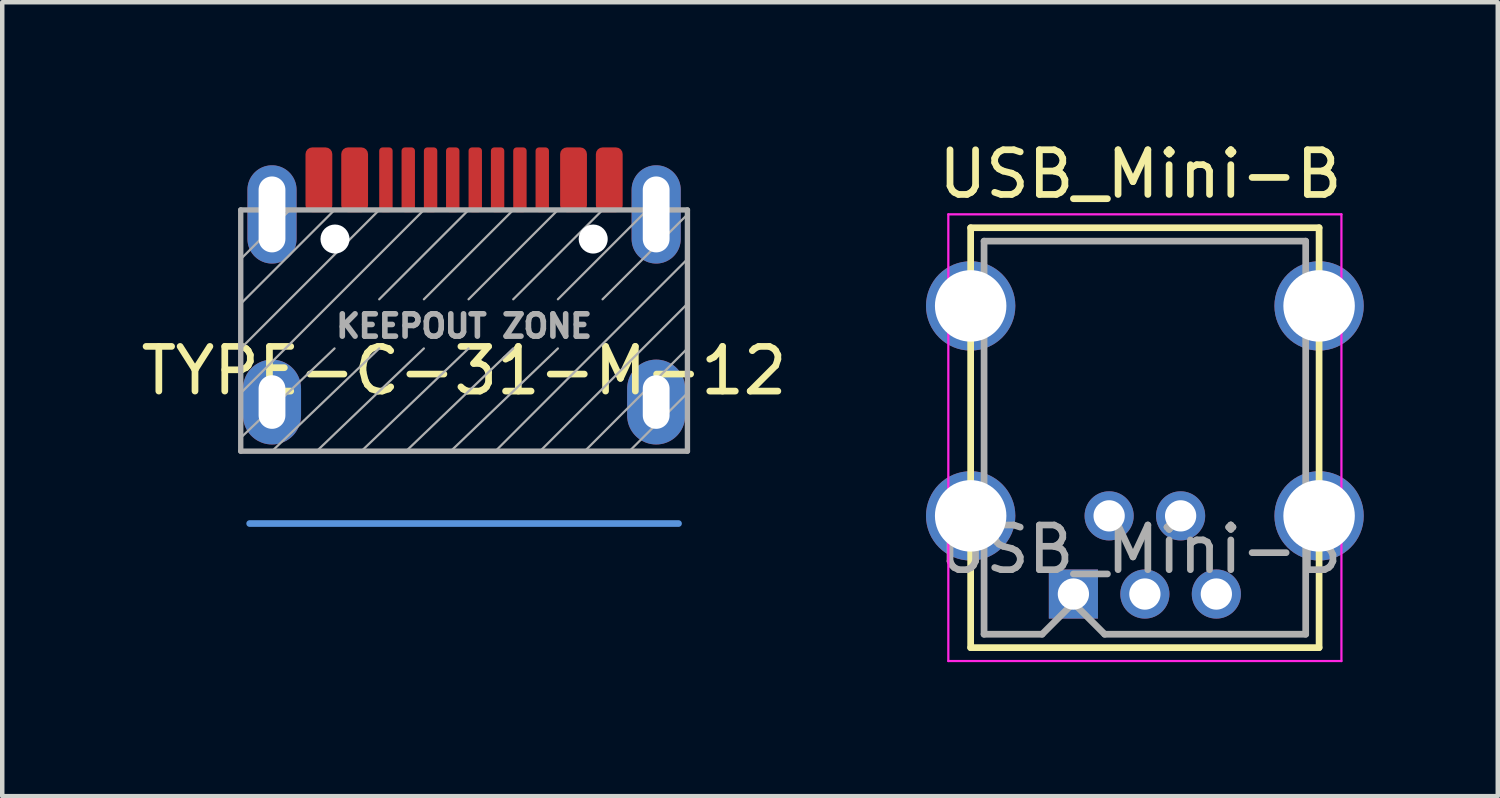
<source format=kicad_pcb>
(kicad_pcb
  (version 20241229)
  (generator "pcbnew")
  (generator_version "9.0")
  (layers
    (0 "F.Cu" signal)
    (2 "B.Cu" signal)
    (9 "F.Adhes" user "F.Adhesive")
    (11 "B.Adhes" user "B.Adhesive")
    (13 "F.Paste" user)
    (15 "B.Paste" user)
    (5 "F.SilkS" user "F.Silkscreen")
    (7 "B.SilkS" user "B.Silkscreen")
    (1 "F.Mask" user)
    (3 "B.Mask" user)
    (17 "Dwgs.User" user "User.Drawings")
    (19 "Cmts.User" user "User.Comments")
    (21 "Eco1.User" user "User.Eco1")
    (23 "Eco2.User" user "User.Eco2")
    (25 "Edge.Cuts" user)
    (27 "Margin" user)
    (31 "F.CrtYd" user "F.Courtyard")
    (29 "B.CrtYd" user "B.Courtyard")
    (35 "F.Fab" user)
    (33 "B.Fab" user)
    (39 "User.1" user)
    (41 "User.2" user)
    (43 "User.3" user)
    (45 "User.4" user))
  (footprint "TYPE-C-31-M-12"
    (layer "F.Cu")
    (at 7.339 0.25)
    (property "Reference" "TYPE-C-31-M-12" (at 0 5 180) (layer "F.SilkS") (effects (font (size 1 1) (thickness 0.15))))
    (attr through_hole)
    (fp_line (start 4.8 8.42) (end -4.8 8.42) (stroke (width 0.15) (type solid)) (layer "Cmts.User"))
    (fp_line (start -5 1.4) (end -5 6.8) (stroke (width 0.12) (type solid)) (layer "F.Fab"))
    (fp_line (start -5 2.5) (end -3.9 1.4) (stroke (width 0.05) (type solid)) (layer "F.Fab"))
    (fp_line (start -5 3.5) (end -2.9 1.4) (stroke (width 0.05) (type solid)) (layer "F.Fab"))
    (fp_line (start -5 4.5) (end -1.9 1.4) (stroke (width 0.05) (type solid)) (layer "F.Fab"))
    (fp_line (start -5 5.5) (end -0.9 1.4) (stroke (width 0.05) (type solid)) (layer "F.Fab"))
    (fp_line (start -5 6.5) (end -2.9 4.5) (stroke (width 0.05) (type solid)) (layer "F.Fab"))
    (fp_line (start -5 6.8) (end 5 6.8) (stroke (width 0.12) (type solid)) (layer "F.Fab"))
    (fp_line (start -4.3 6.8) (end -1.9 4.5) (stroke (width 0.05) (type solid)) (layer "F.Fab"))
    (fp_line (start -3.3 6.8) (end -0.9 4.5) (stroke (width 0.05) (type solid)) (layer "F.Fab"))
    (fp_line (start -2.3 6.8) (end 0.1 4.5) (stroke (width 0.05) (type solid)) (layer "F.Fab"))
    (fp_line (start -1.9 3.4) (end 0.1 1.4) (stroke (width 0.05) (type solid)) (layer "F.Fab"))
    (fp_line (start -1.3 6.8) (end 1.1 4.5) (stroke (width 0.05) (type solid)) (layer "F.Fab"))
    (fp_line (start -0.9 3.4) (end 1.1 1.4) (stroke (width 0.05) (type solid)) (layer "F.Fab"))
    (fp_line (start -0.3 6.8) (end 2.1 4.5) (stroke (width 0.05) (type solid)) (layer "F.Fab"))
    (fp_line (start 0.1 3.4) (end 2.1 1.4) (stroke (width 0.05) (type solid)) (layer "F.Fab"))
    (fp_line (start 0.7 6.8) (end 5 2.5) (stroke (width 0.05) (type solid)) (layer "F.Fab"))
    (fp_line (start 1.1 3.4) (end 3.1 1.4) (stroke (width 0.05) (type solid)) (layer "F.Fab"))
    (fp_line (start 1.7 6.8) (end 5 3.5) (stroke (width 0.05) (type solid)) (layer "F.Fab"))
    (fp_line (start 2.1 3.4) (end 4.1 1.4) (stroke (width 0.05) (type solid)) (layer "F.Fab"))
    (fp_line (start 2.7 6.8) (end 5 4.5) (stroke (width 0.05) (type solid)) (layer "F.Fab"))
    (fp_line (start 3.1 3.4) (end 5 1.5) (stroke (width 0.05) (type solid)) (layer "F.Fab"))
    (fp_line (start 3.7 6.8) (end 5 5.5) (stroke (width 0.05) (type solid)) (layer "F.Fab"))
    (fp_line (start 5 1.4) (end -5 1.4) (stroke (width 0.12) (type solid)) (layer "F.Fab"))
    (fp_line (start 5 6.8) (end 5 1.4) (stroke (width 0.12) (type solid)) (layer "F.Fab"))
    (fp_text user "KEEPOUT ZONE" (at 0 4 180) (layer "F.Fab") (effects (font (size 0.5 0.5) (thickness 0.125))))
    (pad "" np_thru_hole circle (at -2.89 2.051) (size 0.65 0.65) (drill 0.65) (layers "*.Cu" "*.Mask"))
    (pad "" np_thru_hole circle (at 2.89 2.051) (size 0.65 0.65) (drill 0.65) (layers "*.Cu" "*.Mask"))
    (pad "A1" smd roundrect (at -3.25 1.275) (size 0.6 1.45) (drill (offset 0 -0.55)) (layers "F.Cu" "F.Mask" "F.Paste") (roundrect_rratio 0.25))
    (pad "A4" smd roundrect (at -2.45 1.275) (size 0.6 1.45) (drill (offset 0 -0.55)) (layers "F.Cu" "F.Mask" "F.Paste") (roundrect_rratio 0.25))
    (pad "A5" smd roundrect (at -1.25 1.275) (size 0.3 1.45) (drill (offset 0 -0.55)) (layers "F.Cu" "F.Mask" "F.Paste") (roundrect_rratio 0.25))
    (pad "A6" smd roundrect (at -0.254 1.275) (size 0.3 1.45) (drill (offset 0 -0.55)) (layers "F.Cu" "F.Mask" "F.Paste") (roundrect_rratio 0.25))
    (pad "A7" smd roundrect (at 0.25 1.275) (size 0.3 1.45) (drill (offset 0 -0.55)) (layers "F.Cu" "F.Mask" "F.Paste") (roundrect_rratio 0.25))
    (pad "A8" smd roundrect (at 1.25 1.275) (size 0.3 1.45) (drill (offset 0 -0.55)) (layers "F.Cu" "F.Mask" "F.Paste") (roundrect_rratio 0.25))
    (pad "B1" smd roundrect (at 3.25 1.275) (size 0.6 1.45) (drill (offset 0 -0.55)) (layers "F.Cu" "F.Mask" "F.Paste") (roundrect_rratio 0.25))
    (pad "B4" smd roundrect (at 2.45 1.275) (size 0.6 1.45) (drill (offset 0 -0.55)) (layers "F.Cu" "F.Mask" "F.Paste") (roundrect_rratio 0.25))
    (pad "B5" smd roundrect (at 1.75 1.275) (size 0.3 1.45) (drill (offset 0 -0.55)) (layers "F.Cu" "F.Mask" "F.Paste") (roundrect_rratio 0.25))
    (pad "B6" smd roundrect (at 0.75 1.275) (size 0.3 1.45) (drill (offset 0 -0.55)) (layers "F.Cu" "F.Mask" "F.Paste") (roundrect_rratio 0.25))
    (pad "B7" smd roundrect (at -0.75 1.275) (size 0.3 1.45) (drill (offset 0 -0.55)) (layers "F.Cu" "F.Mask" "F.Paste") (roundrect_rratio 0.25))
    (pad "B8" smd roundrect (at -1.75 1.275) (size 0.3 1.45) (drill (offset 0 -0.55)) (layers "F.Cu" "F.Mask" "F.Paste") (roundrect_rratio 0.25))
    (pad "S1" thru_hole oval (at -4.3 1.5) (size 1.1 2.2) (drill oval 0.6 1.7) (layers "*.Cu" "*.Mask"))
    (pad "S1" thru_hole oval (at -4.3 5.7) (size 1.3 1.9) (drill oval 0.6 1.2) (layers "*.Cu" "*.Mask"))
    (pad "S1" thru_hole oval (at 4.3 1.5) (size 1.1 2.2) (drill oval 0.6 1.7) (layers "*.Cu" "*.Mask"))
    (pad "S1" thru_hole oval (at 4.3 5.7) (size 1.3 1.9) (drill oval 0.6 1.2) (layers "*.Cu" "*.Mask")))
  (footprint "USB_Mini-B"
    (layer "F.Cu")
    (at 20.979 10.248)
    (property "Reference" "USB_Mini-B" (at 1.5 -9.4 0) (layer "F.SilkS") (effects (font (size 1 1) (thickness 0.15))))
    (attr through_hole)
    (fp_line (start -2.3 -8.2) (end -2.3 1.2) (stroke (width 0.15) (type solid)) (layer "F.SilkS"))
    (fp_line (start -2.3 -8.2) (end 5.5 -8.2) (stroke (width 0.15) (type solid)) (layer "F.SilkS"))
    (fp_line (start -2.3 1.2) (end 5.5 1.2) (stroke (width 0.15) (type solid)) (layer "F.SilkS"))
    (fp_line (start 5.5 1.2) (end 5.5 -8.2) (stroke (width 0.15) (type solid)) (layer "F.SilkS"))
    (fp_line (start -2.8 -8.5) (end -2.8 1.5) (stroke (width 0.05) (type solid)) (layer "F.CrtYd"))
    (fp_line (start -2.8 1.5) (end 6 1.5) (stroke (width 0.05) (type solid)) (layer "F.CrtYd"))
    (fp_line (start 6 -8.5) (end -2.8 -8.5) (stroke (width 0.05) (type solid)) (layer "F.CrtYd"))
    (fp_line (start 6 1.5) (end 6 -8.5) (stroke (width 0.05) (type solid)) (layer "F.CrtYd"))
    (fp_line (start -2 0.9) (end -2 -7.9) (stroke (width 0.15) (type solid)) (layer "F.Fab"))
    (fp_line (start -2 0.9) (end -0.7 0.9) (stroke (width 0.15) (type solid)) (layer "F.Fab"))
    (fp_line (start -0.7 0.9) (end 0 0.2) (stroke (width 0.15) (type solid)) (layer "F.Fab"))
    (fp_line (start 0 0.2) (end 0.7 0.9) (stroke (width 0.15) (type solid)) (layer "F.Fab"))
    (fp_line (start 0.7 0.9) (end 5.2 0.9) (stroke (width 0.15) (type solid)) (layer "F.Fab"))
    (fp_line (start 5.2 -7.9) (end -2 -7.9) (stroke (width 0.15) (type solid)) (layer "F.Fab"))
    (fp_line (start 5.2 -7.9) (end 5.2 0.9) (stroke (width 0.15) (type solid)) (layer "F.Fab"))
    (fp_text user "${REFERENCE}" (at 1.5 -1 0) (layer "F.Fab") (effects (font (size 1 1) (thickness 0.15))))
    (pad "" thru_hole oval (at -2.3 -6.45) (size 2 2) (drill 1.6) (layers "*.Cu" "*.Mask"))
    (pad "" thru_hole oval (at -2.3 -1.75) (size 2 2) (drill 1.6) (layers "*.Cu" "*.Mask"))
    (pad "" thru_hole oval (at 5.5 -6.45) (size 2 2) (drill 1.6) (layers "*.Cu" "*.Mask"))
    (pad "" thru_hole oval (at 5.5 -1.75) (size 2 2) (drill 1.6) (layers "*.Cu" "*.Mask"))
    (pad "1" thru_hole circle (at 3.2 0) (size 1.1 1.1) (drill 0.7) (layers "*.Cu" "*.Mask"))
    (pad "2" thru_hole circle (at 2.4 -1.75) (size 1.1 1.1) (drill 0.7) (layers "*.Cu" "*.Mask"))
    (pad "3" thru_hole circle (at 1.6 0) (size 1.1 1.1) (drill 0.7) (layers "*.Cu" "*.Mask"))
    (pad "4" thru_hole circle (at 0.8 -1.75) (size 1.1 1.1) (drill 0.7) (layers "*.Cu" "*.Mask"))
    (pad "5" thru_hole rect (at 0 0) (size 1.1 1.1) (drill 0.7) (layers "*.Cu" "*.Mask")))
  (gr_rect
    (start -3 -3)
    (end 30.479 14.773)
    (stroke (width 0.1) (type default))
    (fill no)
    (layer "Edge.Cuts")))
</source>
